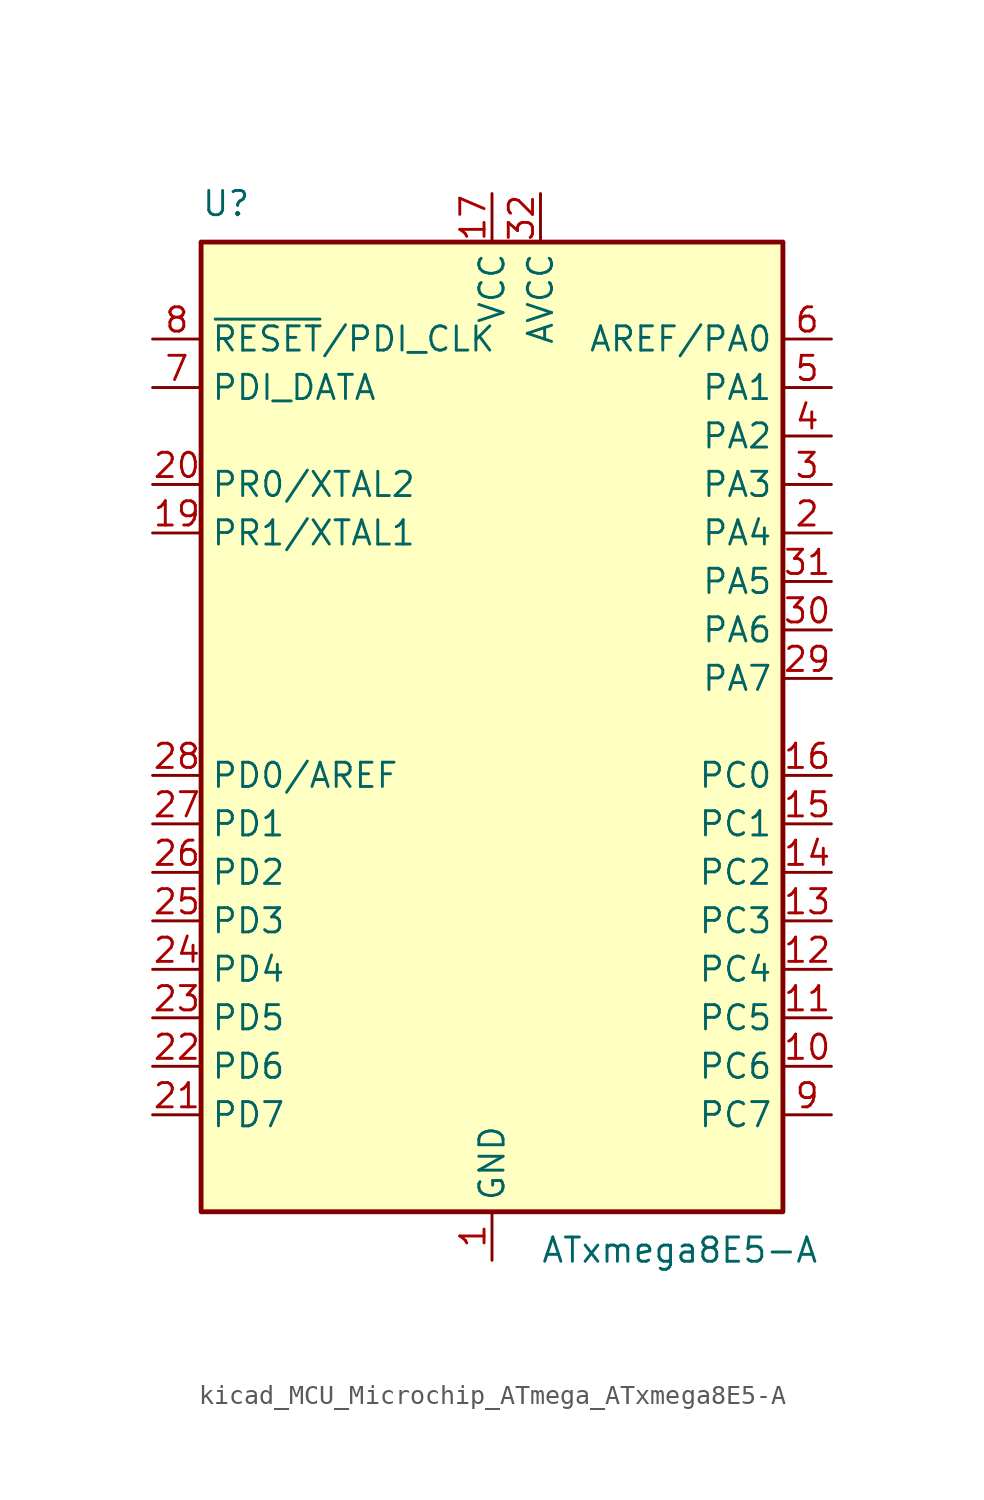
<source format=kicad_sym>
(kicad_symbol_lib
  (version 20220914)
  (generator kicad_symbol_editor)
  (symbol "kicad_MCU_Microchip_ATmega_ATxmega8E5-A"
    (property "Reference" "U"
      (at -15.24 26.67 0)
      (effects (font (size 1.27 1.27)) (justify left bottom)))
    (property "Value" "ATxmega8E5-A"
      (at 2.54 -26.67 0)
      (effects (font (size 1.27 1.27)) (justify left top)))
    (symbol "kicad_MCU_Microchip_ATmega_ATxmega8E5-A_0_1"
      (rectangle (start -15.24 -25.4) (end 15.24 25.4) (stroke (width 0.254) (type default)) (fill (type background))))
    (symbol "kicad_MCU_Microchip_ATmega_ATxmega8E5-A_1_1"
      (pin power_in line (at 0 -27.94 90) (length 2.54) (name "GND" (effects (font (size 1.27 1.27)))) (number "1" (effects (font (size 1.27 1.27)))))
      (pin bidirectional line (at 17.78 -17.78 180) (length 2.54) (name "PC6" (effects (font (size 1.27 1.27)))) (number "10" (effects (font (size 1.27 1.27)))))
      (pin bidirectional line (at 17.78 -15.24 180) (length 2.54) (name "PC5" (effects (font (size 1.27 1.27)))) (number "11" (effects (font (size 1.27 1.27)))))
      (pin bidirectional line (at 17.78 -12.7 180) (length 2.54) (name "PC4" (effects (font (size 1.27 1.27)))) (number "12" (effects (font (size 1.27 1.27)))))
      (pin bidirectional line (at 17.78 -10.16 180) (length 2.54) (name "PC3" (effects (font (size 1.27 1.27)))) (number "13" (effects (font (size 1.27 1.27)))))
      (pin bidirectional line (at 17.78 -7.62 180) (length 2.54) (name "PC2" (effects (font (size 1.27 1.27)))) (number "14" (effects (font (size 1.27 1.27)))))
      (pin bidirectional line (at 17.78 -5.08 180) (length 2.54) (name "PC1" (effects (font (size 1.27 1.27)))) (number "15" (effects (font (size 1.27 1.27)))))
      (pin bidirectional line (at 17.78 -2.54 180) (length 2.54) (name "PC0" (effects (font (size 1.27 1.27)))) (number "16" (effects (font (size 1.27 1.27)))))
      (pin power_in line (at 0 27.94 270) (length 2.54) (name "VCC" (effects (font (size 1.27 1.27)))) (number "17" (effects (font (size 1.27 1.27)))))
      (pin passive line (at 0 -27.94 90) (length 2.54) hide (name "GND" (effects (font (size 1.27 1.27)))) (number "18" (effects (font (size 1.27 1.27)))))
      (pin bidirectional line (at -17.78 10.16 0) (length 2.54) (name "PR1/XTAL1" (effects (font (size 1.27 1.27)))) (number "19" (effects (font (size 1.27 1.27)))))
      (pin bidirectional line (at 17.78 10.16 180) (length 2.54) (name "PA4" (effects (font (size 1.27 1.27)))) (number "2" (effects (font (size 1.27 1.27)))))
      (pin bidirectional line (at -17.78 12.7 0) (length 2.54) (name "PR0/XTAL2" (effects (font (size 1.27 1.27)))) (number "20" (effects (font (size 1.27 1.27)))))
      (pin bidirectional line (at -17.78 -20.32 0) (length 2.54) (name "PD7" (effects (font (size 1.27 1.27)))) (number "21" (effects (font (size 1.27 1.27)))))
      (pin bidirectional line (at -17.78 -17.78 0) (length 2.54) (name "PD6" (effects (font (size 1.27 1.27)))) (number "22" (effects (font (size 1.27 1.27)))))
      (pin bidirectional line (at -17.78 -15.24 0) (length 2.54) (name "PD5" (effects (font (size 1.27 1.27)))) (number "23" (effects (font (size 1.27 1.27)))))
      (pin bidirectional line (at -17.78 -12.7 0) (length 2.54) (name "PD4" (effects (font (size 1.27 1.27)))) (number "24" (effects (font (size 1.27 1.27)))))
      (pin bidirectional line (at -17.78 -10.16 0) (length 2.54) (name "PD3" (effects (font (size 1.27 1.27)))) (number "25" (effects (font (size 1.27 1.27)))))
      (pin bidirectional line (at -17.78 -7.62 0) (length 2.54) (name "PD2" (effects (font (size 1.27 1.27)))) (number "26" (effects (font (size 1.27 1.27)))))
      (pin bidirectional line (at -17.78 -5.08 0) (length 2.54) (name "PD1" (effects (font (size 1.27 1.27)))) (number "27" (effects (font (size 1.27 1.27)))))
      (pin bidirectional line (at -17.78 -2.54 0) (length 2.54) (name "PD0/AREF" (effects (font (size 1.27 1.27)))) (number "28" (effects (font (size 1.27 1.27)))))
      (pin bidirectional line (at 17.78 2.54 180) (length 2.54) (name "PA7" (effects (font (size 1.27 1.27)))) (number "29" (effects (font (size 1.27 1.27)))))
      (pin bidirectional line (at 17.78 12.7 180) (length 2.54) (name "PA3" (effects (font (size 1.27 1.27)))) (number "3" (effects (font (size 1.27 1.27)))))
      (pin bidirectional line (at 17.78 5.08 180) (length 2.54) (name "PA6" (effects (font (size 1.27 1.27)))) (number "30" (effects (font (size 1.27 1.27)))))
      (pin bidirectional line (at 17.78 7.62 180) (length 2.54) (name "PA5" (effects (font (size 1.27 1.27)))) (number "31" (effects (font (size 1.27 1.27)))))
      (pin power_in line (at 2.54 27.94 270) (length 2.54) (name "AVCC" (effects (font (size 1.27 1.27)))) (number "32" (effects (font (size 1.27 1.27)))))
      (pin bidirectional line (at 17.78 15.24 180) (length 2.54) (name "PA2" (effects (font (size 1.27 1.27)))) (number "4" (effects (font (size 1.27 1.27)))))
      (pin bidirectional line (at 17.78 17.78 180) (length 2.54) (name "PA1" (effects (font (size 1.27 1.27)))) (number "5" (effects (font (size 1.27 1.27)))))
      (pin bidirectional line (at 17.78 20.32 180) (length 2.54) (name "AREF/PA0" (effects (font (size 1.27 1.27)))) (number "6" (effects (font (size 1.27 1.27)))))
      (pin bidirectional line (at -17.78 17.78 0) (length 2.54) (name "PDI_DATA" (effects (font (size 1.27 1.27)))) (number "7" (effects (font (size 1.27 1.27)))))
      (pin input line (at -17.78 20.32 0) (length 2.54) (name "~{RESET}/PDI_CLK" (effects (font (size 1.27 1.27)))) (number "8" (effects (font (size 1.27 1.27)))))
      (pin bidirectional line (at 17.78 -20.32 180) (length 2.54) (name "PC7" (effects (font (size 1.27 1.27)))) (number "9" (effects (font (size 1.27 1.27))))))))
</source>
